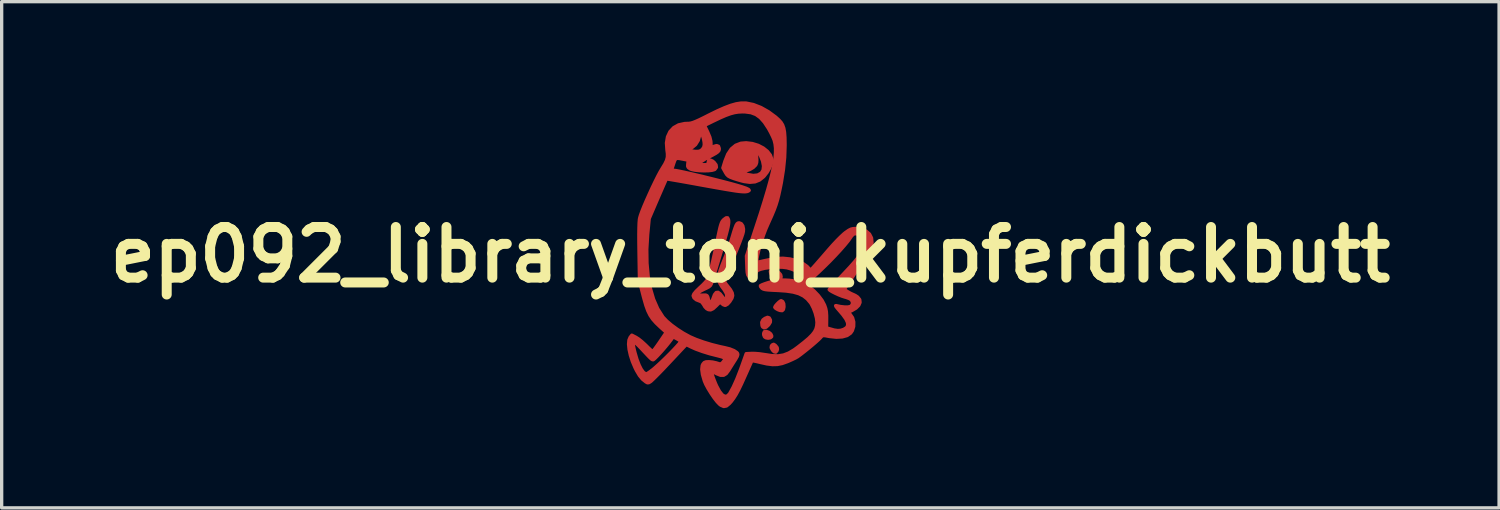
<source format=kicad_pcb>
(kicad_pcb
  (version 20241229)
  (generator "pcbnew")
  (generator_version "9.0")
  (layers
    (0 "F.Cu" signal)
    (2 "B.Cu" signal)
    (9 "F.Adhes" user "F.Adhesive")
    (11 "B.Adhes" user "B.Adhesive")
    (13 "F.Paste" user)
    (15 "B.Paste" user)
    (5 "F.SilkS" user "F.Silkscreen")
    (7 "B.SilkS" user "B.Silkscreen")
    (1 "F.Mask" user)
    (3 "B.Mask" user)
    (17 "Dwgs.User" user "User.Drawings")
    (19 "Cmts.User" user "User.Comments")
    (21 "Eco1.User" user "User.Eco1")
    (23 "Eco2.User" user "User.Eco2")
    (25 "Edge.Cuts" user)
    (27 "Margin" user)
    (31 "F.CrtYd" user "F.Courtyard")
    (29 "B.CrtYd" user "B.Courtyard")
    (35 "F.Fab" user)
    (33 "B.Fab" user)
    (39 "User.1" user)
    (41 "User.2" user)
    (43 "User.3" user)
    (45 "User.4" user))
  (footprint "ep092_library_toni_kupferdickbutt"
    (layer "F.Cu")
    (at 19.529 4.615)
    (property "Reference" "ep092_library_toni_kupferdickbutt" (at 0 0 0) (layer "F.SilkS") (effects (font (size 1.524 1.524) (thickness 0.3))))
    (attr through_hole)
    (fp_poly (pts (xy 0.815 2.843) (xy 0.801 2.89) (xy 0.765 2.931) (xy 0.715 2.922) (xy 0.665 2.872) (xy 0.626 2.798) (xy 0.633 2.742) (xy 0.661 2.711) (xy 0.7 2.695) (xy 0.744 2.72) (xy 0.76 2.736) (xy 0.807 2.793) (xy 0.815 2.843)) (stroke (width 0.1) (type solid)) (fill yes) (layer "F.Cu"))
    (fp_poly (pts (xy 0.604 1.965) (xy 0.602 2.029) (xy 0.555 2.106) (xy 0.549 2.113) (xy 0.476 2.18) (xy 0.413 2.199) (xy 0.367 2.171) (xy 0.351 2.133) (xy 0.342 2.033) (xy 0.378 1.96) (xy 0.438 1.915) (xy 0.516 1.883) (xy 0.569 1.9) (xy 0.604 1.965)) (stroke (width 0.1) (type solid)) (fill yes) (layer "F.Cu"))
    (fp_poly (pts (xy 0.642 2.438) (xy 0.64 2.467) (xy 0.601 2.5) (xy 0.535 2.511) (xy 0.466 2.499) (xy 0.425 2.471) (xy 0.401 2.412) (xy 0.4 2.365) (xy 0.42 2.317) (xy 0.472 2.307) (xy 0.48 2.308) (xy 0.554 2.333) (xy 0.614 2.382) (xy 0.642 2.438)) (stroke (width 0.1) (type solid)) (fill yes) (layer "F.Cu"))
    (fp_poly (pts (xy 1.011 1.569) (xy 1.011 1.571) (xy 0.994 1.65) (xy 0.957 1.683) (xy 0.888 1.676) (xy 0.826 1.652) (xy 0.765 1.617) (xy 0.734 1.584) (xy 0.734 1.58) (xy 0.753 1.54) (xy 0.8 1.484) (xy 0.857 1.428) (xy 0.907 1.39) (xy 0.926 1.383) (xy 0.974 1.408) (xy 1.005 1.475) (xy 1.011 1.569)) (stroke (width 0.1) (type solid)) (fill yes) (layer "F.Cu"))
    (fp_poly (pts (xy 0.649 -2.832) (xy 0.63 -2.729) (xy 0.579 -2.605) (xy 0.505 -2.478) (xy 0.418 -2.367) (xy 0.399 -2.347) (xy 0.396 -2.344) (xy 0.396 -2.669) (xy 0.367 -2.817) (xy 0.313 -2.953) (xy 0.255 -3.068) (xy 0.215 -3.131) (xy 0.19 -3.141) (xy 0.181 -3.097) (xy 0.184 -3.002) (xy 0.187 -2.966) (xy 0.195 -2.851) (xy 0.19 -2.774) (xy 0.171 -2.718) (xy 0.157 -2.694) (xy 0.088 -2.626) (xy -0.015 -2.565) (xy -0.128 -2.524) (xy -0.21 -2.512) (xy -0.264 -2.505) (xy -0.267 -2.487) (xy -0.222 -2.461) (xy -0.132 -2.429) (xy -0.084 -2.415) (xy 0.086 -2.385) (xy 0.222 -2.399) (xy 0.326 -2.457) (xy 0.329 -2.459) (xy 0.383 -2.548) (xy 0.396 -2.669) (xy 0.396 -2.344) (xy 0.275 -2.247) (xy 0.14 -2.193) (xy -0.017 -2.18) (xy -0.183 -2.202) (xy -0.269 -2.223) (xy -0.382 -2.256) (xy -0.492 -2.29) (xy -0.597 -2.329) (xy -0.664 -2.365) (xy -0.711 -2.41) (xy -0.753 -2.476) (xy -0.757 -2.484) (xy -0.828 -2.612) (xy -0.766 -2.814) (xy -0.683 -3.024) (xy -0.576 -3.184) (xy -0.443 -3.294) (xy -0.285 -3.355) (xy -0.127 -3.368) (xy 0.06 -3.346) (xy 0.235 -3.292) (xy 0.389 -3.212) (xy 0.515 -3.111) (xy 0.603 -2.997) (xy 0.646 -2.874) (xy 0.649 -2.832)) (stroke (width 0.1) (type solid)) (fill yes) (layer "F.Cu"))
    (fp_poly (pts (xy -0.206 -0.772) (xy -0.21 -0.698) (xy -0.229 -0.622) (xy -0.27 -0.502) (xy -0.329 -0.345) (xy -0.403 -0.159) (xy -0.49 0.051) (xy -0.586 0.276) (xy -0.651 0.423) (xy -0.714 0.567) (xy -0.755 0.671) (xy -0.774 0.746) (xy -0.773 0.802) (xy -0.751 0.853) (xy -0.711 0.907) (xy -0.689 0.934) (xy -0.597 1.053) (xy -0.546 1.149) (xy -0.532 1.229) (xy -0.553 1.305) (xy -0.556 1.312) (xy -0.619 1.412) (xy -0.687 1.487) (xy -0.749 1.522) (xy -0.763 1.524) (xy -0.817 1.504) (xy -0.859 1.47) (xy -0.888 1.442) (xy -0.915 1.438) (xy -0.952 1.464) (xy -1.012 1.524) (xy -1.028 1.54) (xy -1.119 1.623) (xy -1.195 1.66) (xy -1.265 1.652) (xy -1.316 1.624) (xy -1.37 1.568) (xy -1.41 1.499) (xy -1.465 1.424) (xy -1.519 1.398) (xy -1.628 1.356) (xy -1.698 1.297) (xy -1.722 1.233) (xy -1.7 1.178) (xy -1.635 1.098) (xy -1.524 0.991) (xy -1.524 0.991) (xy -1.431 0.904) (xy -1.352 0.821) (xy -1.298 0.756) (xy -1.285 0.736) (xy -1.255 0.659) (xy -1.216 0.53) (xy -1.171 0.355) (xy -1.12 0.138) (xy -1.064 -0.116) (xy -1.017 -0.339) (xy -0.975 -0.545) (xy -0.941 -0.703) (xy -0.914 -0.821) (xy -0.89 -0.906) (xy -0.868 -0.966) (xy -0.845 -1.008) (xy -0.82 -1.04) (xy -0.797 -1.062) (xy -0.729 -1.112) (xy -0.684 -1.111) (xy -0.658 -1.058) (xy -0.653 -1.028) (xy -0.651 -0.978) (xy -0.657 -0.915) (xy -0.671 -0.833) (xy -0.696 -0.726) (xy -0.732 -0.588) (xy -0.782 -0.413) (xy -0.847 -0.195) (xy -0.91 0.014) (xy -0.968 0.205) (xy -1.023 0.386) (xy -1.072 0.548) (xy -1.112 0.68) (xy -1.14 0.774) (xy -1.15 0.805) (xy -1.174 0.879) (xy -1.202 0.928) (xy -1.247 0.967) (xy -1.323 1.007) (xy -1.386 1.036) (xy -1.494 1.091) (xy -1.561 1.138) (xy -1.58 1.169) (xy -1.575 1.198) (xy -1.551 1.213) (xy -1.494 1.217) (xy -1.404 1.214) (xy -1.339 1.214) (xy -1.301 1.232) (xy -1.278 1.279) (xy -1.258 1.362) (xy -1.231 1.424) (xy -1.195 1.435) (xy -1.157 1.397) (xy -1.125 1.319) (xy -1.08 1.2) (xy -1.029 1.137) (xy -0.971 1.13) (xy -0.906 1.179) (xy -0.857 1.242) (xy -0.807 1.309) (xy -0.772 1.333) (xy -0.744 1.323) (xy -0.709 1.26) (xy -0.722 1.172) (xy -0.785 1.062) (xy -0.8 1.041) (xy -0.869 0.947) (xy -0.918 0.863) (xy -0.947 0.781) (xy -0.955 0.694) (xy -0.943 0.592) (xy -0.909 0.467) (xy -0.853 0.31) (xy -0.775 0.114) (xy -0.739 0.028) (xy -0.696 -0.085) (xy -0.644 -0.233) (xy -0.59 -0.395) (xy -0.546 -0.536) (xy -0.498 -0.697) (xy -0.46 -0.811) (xy -0.43 -0.887) (xy -0.403 -0.931) (xy -0.376 -0.953) (xy -0.344 -0.959) (xy -0.336 -0.96) (xy -0.271 -0.934) (xy -0.226 -0.867) (xy -0.206 -0.772)) (stroke (width 0.1) (type solid)) (fill yes) (layer "F.Cu"))
    (fp_poly (pts (xy 3.659 -0.368) (xy 3.658 -0.361) (xy 3.651 -0.308) (xy 3.641 -0.259) (xy 3.624 -0.207) (xy 3.596 -0.147) (xy 3.555 -0.071) (xy 3.496 0.027) (xy 3.415 0.152) (xy 3.415 0.153) (xy 3.415 -0.339) (xy 3.402 -0.461) (xy 3.357 -0.545) (xy 3.273 -0.603) (xy 3.259 -0.609) (xy 3.171 -0.634) (xy 3.105 -0.62) (xy 3.045 -0.559) (xy 3.015 -0.515) (xy 2.944 -0.414) (xy 2.837 -0.284) (xy 2.704 -0.132) (xy 2.551 0.033) (xy 2.386 0.204) (xy 2.216 0.372) (xy 2.05 0.531) (xy 1.895 0.672) (xy 1.759 0.787) (xy 1.729 0.811) (xy 1.637 0.881) (xy 1.763 0.965) (xy 1.908 1.08) (xy 2.045 1.223) (xy 2.16 1.376) (xy 2.234 1.517) (xy 2.268 1.616) (xy 2.287 1.713) (xy 2.295 1.831) (xy 2.295 1.939) (xy 2.292 2.199) (xy 2.381 2.226) (xy 2.523 2.266) (xy 2.63 2.281) (xy 2.721 2.274) (xy 2.808 2.246) (xy 2.89 2.195) (xy 2.929 2.129) (xy 2.924 2.044) (xy 2.875 1.936) (xy 2.779 1.803) (xy 2.687 1.695) (xy 2.612 1.608) (xy 2.573 1.556) (xy 2.565 1.533) (xy 2.587 1.531) (xy 2.597 1.534) (xy 2.714 1.559) (xy 2.834 1.572) (xy 2.94 1.572) (xy 3.012 1.556) (xy 3.015 1.555) (xy 3.065 1.501) (xy 3.073 1.429) (xy 3.038 1.36) (xy 3.027 1.349) (xy 2.971 1.317) (xy 2.885 1.285) (xy 2.836 1.272) (xy 2.755 1.246) (xy 2.657 1.207) (xy 2.556 1.161) (xy 2.465 1.115) (xy 2.399 1.076) (xy 2.371 1.049) (xy 2.371 1.047) (xy 2.389 1.023) (xy 2.442 0.964) (xy 2.522 0.875) (xy 2.625 0.765) (xy 2.745 0.637) (xy 2.815 0.563) (xy 2.996 0.369) (xy 3.138 0.208) (xy 3.246 0.072) (xy 3.324 -0.043) (xy 3.376 -0.144) (xy 3.405 -0.236) (xy 3.415 -0.326) (xy 3.415 -0.339) (xy 3.415 0.153) (xy 3.311 0.313) (xy 3.19 0.495) (xy 2.826 1.046) (xy 2.93 1.112) (xy 3.01 1.158) (xy 3.081 1.191) (xy 3.095 1.196) (xy 3.162 1.228) (xy 3.229 1.273) (xy 3.291 1.349) (xy 3.301 1.435) (xy 3.263 1.523) (xy 3.179 1.607) (xy 3.053 1.681) (xy 3.046 1.684) (xy 2.937 1.731) (xy 3.005 1.794) (xy 3.076 1.896) (xy 3.111 2.023) (xy 3.109 2.158) (xy 3.069 2.284) (xy 3.017 2.359) (xy 2.913 2.431) (xy 2.767 2.472) (xy 2.587 2.482) (xy 2.378 2.46) (xy 2.334 2.452) (xy 2.244 2.435) (xy 2.189 2.434) (xy 2.151 2.453) (xy 2.111 2.497) (xy 2.105 2.504) (xy 2.055 2.554) (xy 2.004 2.6) (xy 2.004 2.028) (xy 1.989 1.905) (xy 1.951 1.757) (xy 1.896 1.609) (xy 1.832 1.483) (xy 1.809 1.448) (xy 1.71 1.331) (xy 1.595 1.24) (xy 1.457 1.172) (xy 1.288 1.124) (xy 1.079 1.093) (xy 0.824 1.075) (xy 0.814 1.075) (xy 0.648 1.067) (xy 0.529 1.059) (xy 0.447 1.049) (xy 0.393 1.035) (xy 0.356 1.016) (xy 0.341 1.004) (xy 0.305 0.959) (xy 0.303 0.93) (xy 0.348 0.906) (xy 0.43 0.874) (xy 0.531 0.841) (xy 0.632 0.812) (xy 0.717 0.793) (xy 0.755 0.788) (xy 0.807 0.786) (xy 0.805 0.777) (xy 0.771 0.762) (xy 0.695 0.705) (xy 0.633 0.609) (xy 0.608 0.543) (xy 0.601 0.501) (xy 0.625 0.483) (xy 0.686 0.48) (xy 0.783 0.497) (xy 0.861 0.541) (xy 0.912 0.601) (xy 0.927 0.667) (xy 0.897 0.728) (xy 0.891 0.747) (xy 0.922 0.758) (xy 1 0.762) (xy 1.04 0.762) (xy 1.161 0.768) (xy 1.281 0.782) (xy 1.345 0.794) (xy 1.425 0.812) (xy 1.476 0.807) (xy 1.523 0.775) (xy 1.561 0.738) (xy 1.614 0.683) (xy 1.631 0.65) (xy 1.615 0.625) (xy 1.594 0.608) (xy 1.494 0.545) (xy 1.362 0.482) (xy 1.221 0.427) (xy 1.098 0.392) (xy 0.962 0.375) (xy 0.792 0.373) (xy 0.612 0.383) (xy 0.444 0.405) (xy 0.321 0.434) (xy 0.235 0.465) (xy 0.188 0.497) (xy 0.165 0.543) (xy 0.157 0.579) (xy 0.138 0.646) (xy 0.104 0.673) (xy 0.062 0.677) (xy -0.005 0.672) (xy -0.05 0.652) (xy -0.079 0.609) (xy -0.096 0.532) (xy -0.105 0.412) (xy -0.108 0.33) (xy -0.118 0.037) (xy 0.165 -0.821) (xy 0.304 -1.246) (xy 0.422 -1.623) (xy 0.521 -1.954) (xy 0.602 -2.245) (xy 0.665 -2.497) (xy 0.711 -2.717) (xy 0.742 -2.906) (xy 0.756 -3.069) (xy 0.757 -3.21) (xy 0.743 -3.332) (xy 0.717 -3.44) (xy 0.711 -3.457) (xy 0.671 -3.553) (xy 0.613 -3.671) (xy 0.549 -3.788) (xy 0.545 -3.796) (xy 0.421 -3.985) (xy 0.297 -4.124) (xy 0.166 -4.219) (xy 0.017 -4.275) (xy -0.157 -4.298) (xy -0.24 -4.3) (xy -0.36 -4.294) (xy -0.477 -4.276) (xy -0.6 -4.243) (xy -0.741 -4.192) (xy -0.909 -4.119) (xy -1.116 -4.02) (xy -1.117 -4.02) (xy -1.379 -3.891) (xy -1.282 -3.689) (xy -1.219 -3.539) (xy -1.189 -3.415) (xy -1.185 -3.351) (xy -1.185 -3.216) (xy -1.099 -3.261) (xy -1.015 -3.285) (xy -0.959 -3.263) (xy -0.936 -3.199) (xy -0.937 -3.165) (xy -0.949 -3.129) (xy -0.981 -3.093) (xy -1.042 -3.05) (xy -1.141 -2.995) (xy -1.227 -2.95) (xy -1.378 -2.869) (xy -1.387 -2.862) (xy -1.387 -3.317) (xy -1.392 -3.391) (xy -1.414 -3.5) (xy -1.447 -3.608) (xy -1.456 -3.63) (xy -1.505 -3.739) (xy -1.525 -3.591) (xy -1.568 -3.439) (xy -1.647 -3.313) (xy -1.752 -3.226) (xy -1.777 -3.213) (xy -1.845 -3.176) (xy -1.856 -3.149) (xy -1.813 -3.13) (xy -1.785 -3.125) (xy -1.65 -3.109) (xy -1.556 -3.111) (xy -1.491 -3.134) (xy -1.441 -3.178) (xy -1.438 -3.182) (xy -1.399 -3.246) (xy -1.387 -3.317) (xy -1.387 -2.862) (xy -1.474 -2.805) (xy -1.519 -2.758) (xy -1.511 -2.727) (xy -1.451 -2.711) (xy -1.399 -2.709) (xy -1.32 -2.712) (xy -1.282 -2.726) (xy -1.271 -2.759) (xy -1.27 -2.78) (xy -1.253 -2.836) (xy -1.206 -2.849) (xy -1.139 -2.82) (xy -1.091 -2.781) (xy -1.031 -2.703) (xy -1.022 -2.631) (xy -1.064 -2.572) (xy -1.079 -2.562) (xy -1.151 -2.541) (xy -1.261 -2.528) (xy -1.394 -2.525) (xy -1.533 -2.53) (xy -1.661 -2.543) (xy -1.762 -2.564) (xy -1.803 -2.579) (xy -1.864 -2.618) (xy -1.887 -2.66) (xy -1.884 -2.73) (xy -1.883 -2.737) (xy -1.869 -2.844) (xy -2.026 -2.875) (xy -2.136 -2.896) (xy -2.206 -2.901) (xy -2.247 -2.882) (xy -2.275 -2.835) (xy -2.302 -2.759) (xy -2.331 -2.67) (xy -2.355 -2.6) (xy -2.364 -2.575) (xy -2.351 -2.548) (xy -2.298 -2.54) (xy -2.239 -2.533) (xy -2.134 -2.513) (xy -1.989 -2.483) (xy -1.814 -2.444) (xy -1.617 -2.398) (xy -1.404 -2.347) (xy -1.184 -2.293) (xy -0.966 -2.238) (xy -0.756 -2.184) (xy -0.563 -2.133) (xy -0.395 -2.086) (xy -0.26 -2.046) (xy -0.247 -2.042) (xy -0.123 -1.999) (xy -0.052 -1.964) (xy -0.034 -1.936) (xy -0.065 -1.913) (xy -0.1 -1.902) (xy -0.138 -1.896) (xy -0.186 -1.894) (xy -0.251 -1.897) (xy -0.338 -1.905) (xy -0.451 -1.92) (xy -0.596 -1.943) (xy -0.777 -1.973) (xy -1 -2.012) (xy -1.269 -2.06) (xy -1.518 -2.105) (xy -1.748 -2.147) (xy -1.959 -2.185) (xy -2.147 -2.218) (xy -2.303 -2.245) (xy -2.423 -2.265) (xy -2.499 -2.277) (xy -2.526 -2.28) (xy -2.539 -2.253) (xy -2.57 -2.181) (xy -2.618 -2.073) (xy -2.678 -1.934) (xy -2.748 -1.774) (xy -2.789 -1.679) (xy -3.044 -1.087) (xy -3.09 -0.609) (xy -3.117 -0.165) (xy -3.111 0.256) (xy -3.075 0.649) (xy -3.008 1.012) (xy -2.912 1.338) (xy -2.787 1.624) (xy -2.634 1.865) (xy -2.618 1.886) (xy -2.514 1.995) (xy -2.371 2.117) (xy -2.201 2.241) (xy -2.017 2.359) (xy -1.831 2.461) (xy -1.823 2.466) (xy -1.636 2.547) (xy -1.411 2.628) (xy -1.164 2.703) (xy -0.913 2.766) (xy -0.776 2.795) (xy -0.619 2.834) (xy -0.492 2.885) (xy -0.408 2.941) (xy -0.385 2.968) (xy -0.377 3.005) (xy -0.394 3.061) (xy -0.441 3.145) (xy -0.463 3.179) (xy -0.533 3.289) (xy -0.605 3.404) (xy -0.65 3.478) (xy -0.726 3.579) (xy -0.805 3.628) (xy -0.896 3.628) (xy -1.012 3.582) (xy -1.09 3.542) (xy -1.146 3.514) (xy -1.162 3.506) (xy -1.168 3.522) (xy -1.156 3.578) (xy -1.129 3.664) (xy -1.091 3.767) (xy -1.047 3.877) (xy -1.014 3.951) (xy -0.928 4.11) (xy -0.847 4.214) (xy -0.77 4.261) (xy -0.698 4.252) (xy -0.631 4.188) (xy -0.62 4.17) (xy -0.517 3.983) (xy -0.409 3.743) (xy -0.295 3.451) (xy -0.258 3.348) (xy -0.126 2.977) (xy 0.037 2.969) (xy 0.146 2.97) (xy 0.283 2.982) (xy 0.42 3.002) (xy 0.434 3.004) (xy 0.653 3.037) (xy 0.837 3.043) (xy 0.998 3.017) (xy 1.152 2.958) (xy 1.315 2.861) (xy 1.434 2.774) (xy 1.615 2.632) (xy 1.755 2.514) (xy 1.857 2.412) (xy 1.928 2.321) (xy 1.973 2.232) (xy 1.996 2.141) (xy 2.004 2.038) (xy 2.004 2.028) (xy 2.004 2.6) (xy 1.972 2.629) (xy 1.865 2.721) (xy 1.747 2.819) (xy 1.627 2.915) (xy 1.518 3) (xy 1.429 3.065) (xy 1.425 3.068) (xy 1.359 3.106) (xy 1.259 3.154) (xy 1.144 3.205) (xy 1.115 3.217) (xy 0.957 3.273) (xy 0.813 3.302) (xy 0.665 3.306) (xy 0.497 3.285) (xy 0.317 3.245) (xy 0.204 3.218) (xy 0.114 3.199) (xy 0.058 3.191) (xy 0.047 3.192) (xy 0.033 3.22) (xy 0.001 3.292) (xy -0.047 3.398) (xy -0.106 3.531) (xy -0.167 3.667) (xy -0.266 3.887) (xy -0.351 4.063) (xy -0.427 4.203) (xy -0.499 4.317) (xy -0.571 4.413) (xy -0.631 4.48) (xy -0.718 4.551) (xy -0.801 4.567) (xy -0.89 4.529) (xy -0.927 4.501) (xy -1.001 4.424) (xy -1.09 4.31) (xy -1.182 4.175) (xy -1.269 4.034) (xy -1.341 3.901) (xy -1.385 3.798) (xy -1.441 3.606) (xy -1.462 3.449) (xy -1.449 3.332) (xy -1.428 3.289) (xy -1.389 3.244) (xy -1.336 3.223) (xy -1.248 3.219) (xy -1.248 3.219) (xy -1.137 3.229) (xy -1.027 3.253) (xy -1.002 3.261) (xy -0.929 3.284) (xy -0.885 3.283) (xy -0.847 3.254) (xy -0.826 3.23) (xy -0.782 3.171) (xy -0.762 3.126) (xy -0.762 3.124) (xy -0.788 3.102) (xy -0.859 3.074) (xy -0.963 3.046) (xy -0.995 3.038) (xy -1.22 2.981) (xy -1.443 2.912) (xy -1.646 2.838) (xy -1.789 2.774) (xy -1.927 2.704) (xy -2.004 2.784) (xy -2.046 2.829) (xy -2.098 2.884) (xy -2.098 2.605) (xy -2.13 2.578) (xy -2.193 2.54) (xy -2.216 2.527) (xy -2.32 2.471) (xy -2.381 2.555) (xy -2.454 2.651) (xy -2.542 2.759) (xy -2.636 2.869) (xy -2.729 2.972) (xy -2.812 3.061) (xy -2.878 3.126) (xy -2.919 3.159) (xy -2.925 3.161) (xy -2.944 3.159) (xy -2.966 3.149) (xy -2.996 3.124) (xy -3.042 3.08) (xy -3.11 3.009) (xy -3.206 2.907) (xy -3.279 2.828) (xy -3.386 2.717) (xy -3.461 2.65) (xy -3.506 2.63) (xy -3.525 2.657) (xy -3.52 2.734) (xy -3.493 2.862) (xy -3.471 2.949) (xy -3.413 3.147) (xy -3.349 3.315) (xy -3.282 3.448) (xy -3.215 3.539) (xy -3.151 3.582) (xy -3.133 3.584) (xy -3.092 3.567) (xy -3.021 3.519) (xy -2.931 3.451) (xy -2.876 3.404) (xy -2.773 3.312) (xy -2.658 3.205) (xy -2.538 3.089) (xy -2.421 2.972) (xy -2.312 2.86) (xy -2.219 2.76) (xy -2.148 2.68) (xy -2.106 2.625) (xy -2.098 2.605) (xy -2.098 2.884) (xy -2.119 2.907) (xy -2.217 3.011) (xy -2.333 3.135) (xy -2.459 3.269) (xy -2.498 3.31) (xy -2.626 3.446) (xy -2.746 3.57) (xy -2.851 3.676) (xy -2.934 3.757) (xy -2.987 3.806) (xy -2.997 3.814) (xy -3.055 3.85) (xy -3.097 3.854) (xy -3.146 3.827) (xy -3.248 3.745) (xy -3.339 3.635) (xy -3.428 3.485) (xy -3.47 3.401) (xy -3.551 3.211) (xy -3.611 3.023) (xy -3.65 2.847) (xy -3.665 2.692) (xy -3.654 2.568) (xy -3.618 2.483) (xy -3.567 2.42) (xy -3.442 2.484) (xy -3.362 2.535) (xy -3.264 2.613) (xy -3.164 2.704) (xy -3.14 2.727) (xy -3.059 2.807) (xy -2.993 2.869) (xy -2.95 2.903) (xy -2.942 2.907) (xy -2.919 2.885) (xy -2.871 2.825) (xy -2.806 2.736) (xy -2.73 2.627) (xy -2.727 2.622) (xy -2.533 2.336) (xy -2.717 2.171) (xy -2.842 2.051) (xy -2.941 1.939) (xy -3.02 1.822) (xy -3.086 1.688) (xy -3.145 1.525) (xy -3.203 1.322) (xy -3.223 1.248) (xy -3.337 0.804) (xy -3.351 -0.065) (xy -3.355 -0.364) (xy -3.356 -0.61) (xy -3.353 -0.806) (xy -3.348 -0.955) (xy -3.339 -1.061) (xy -3.332 -1.102) (xy -3.308 -1.186) (xy -3.263 -1.31) (xy -3.201 -1.464) (xy -3.126 -1.64) (xy -3.042 -1.827) (xy -2.956 -2.016) (xy -2.869 -2.197) (xy -2.788 -2.36) (xy -2.716 -2.495) (xy -2.659 -2.591) (xy -2.575 -2.729) (xy -2.522 -2.839) (xy -2.497 -2.937) (xy -2.496 -3.04) (xy -2.51 -3.149) (xy -2.525 -3.362) (xy -2.494 -3.548) (xy -2.421 -3.704) (xy -2.308 -3.825) (xy -2.159 -3.908) (xy -1.977 -3.948) (xy -1.905 -3.951) (xy -1.846 -3.953) (xy -1.788 -3.962) (xy -1.723 -3.981) (xy -1.642 -4.013) (xy -1.535 -4.061) (xy -1.394 -4.13) (xy -1.248 -4.204) (xy -0.991 -4.33) (xy -0.773 -4.426) (xy -0.588 -4.496) (xy -0.429 -4.541) (xy -0.288 -4.563) (xy -0.158 -4.565) (xy -0.123 -4.563) (xy 0.091 -4.519) (xy 0.318 -4.431) (xy 0.545 -4.303) (xy 0.761 -4.144) (xy 0.86 -4.054) (xy 0.924 -3.983) (xy 0.972 -3.904) (xy 1.006 -3.808) (xy 1.028 -3.687) (xy 1.04 -3.53) (xy 1.044 -3.328) (xy 1.044 -3.278) (xy 1.032 -2.926) (xy 0.995 -2.56) (xy 0.932 -2.166) (xy 0.888 -1.95) (xy 0.851 -1.782) (xy 0.814 -1.637) (xy 0.772 -1.501) (xy 0.721 -1.36) (xy 0.655 -1.201) (xy 0.571 -1.012) (xy 0.522 -0.903) (xy 0.46 -0.76) (xy 0.4 -0.601) (xy 0.343 -0.436) (xy 0.293 -0.272) (xy 0.25 -0.119) (xy 0.218 0.016) (xy 0.199 0.124) (xy 0.195 0.197) (xy 0.208 0.226) (xy 0.21 0.226) (xy 0.242 0.22) (xy 0.313 0.204) (xy 0.405 0.183) (xy 0.538 0.155) (xy 0.684 0.129) (xy 0.767 0.116) (xy 0.978 0.105) (xy 1.191 0.127) (xy 1.392 0.177) (xy 1.568 0.253) (xy 1.706 0.351) (xy 1.727 0.373) (xy 1.813 0.465) (xy 1.927 0.338) (xy 1.984 0.274) (xy 2.068 0.177) (xy 2.172 0.058) (xy 2.285 -0.073) (xy 2.365 -0.165) (xy 2.484 -0.3) (xy 2.605 -0.429) (xy 2.718 -0.542) (xy 2.812 -0.629) (xy 2.858 -0.666) (xy 2.953 -0.733) (xy 3.025 -0.77) (xy 3.093 -0.786) (xy 3.171 -0.79) (xy 3.343 -0.769) (xy 3.483 -0.712) (xy 3.586 -0.622) (xy 3.646 -0.506) (xy 3.659 -0.368)) (stroke (width 0.1) (type solid)) (fill yes) (layer "F.Cu"))
    (fp_poly (pts (xy 0.815 2.843) (xy 0.801 2.89) (xy 0.765 2.931) (xy 0.715 2.922) (xy 0.665 2.872) (xy 0.626 2.798) (xy 0.633 2.742) (xy 0.661 2.711) (xy 0.7 2.695) (xy 0.744 2.72) (xy 0.76 2.736) (xy 0.807 2.793) (xy 0.815 2.843)) (stroke (width 0.1) (type solid)) (fill yes) (layer "F.Mask"))
    (fp_poly (pts (xy 0.604 1.965) (xy 0.602 2.029) (xy 0.555 2.106) (xy 0.549 2.113) (xy 0.476 2.18) (xy 0.413 2.199) (xy 0.367 2.171) (xy 0.351 2.133) (xy 0.342 2.033) (xy 0.378 1.96) (xy 0.438 1.915) (xy 0.516 1.883) (xy 0.569 1.9) (xy 0.604 1.965)) (stroke (width 0.1) (type solid)) (fill yes) (layer "F.Mask"))
    (fp_poly (pts (xy 0.642 2.438) (xy 0.64 2.467) (xy 0.601 2.5) (xy 0.535 2.511) (xy 0.466 2.499) (xy 0.425 2.471) (xy 0.401 2.412) (xy 0.4 2.365) (xy 0.42 2.317) (xy 0.472 2.307) (xy 0.48 2.308) (xy 0.554 2.333) (xy 0.614 2.382) (xy 0.642 2.438)) (stroke (width 0.1) (type solid)) (fill yes) (layer "F.Mask"))
    (fp_poly (pts (xy 1.011 1.569) (xy 1.011 1.571) (xy 0.994 1.65) (xy 0.957 1.683) (xy 0.888 1.676) (xy 0.826 1.652) (xy 0.765 1.617) (xy 0.734 1.584) (xy 0.734 1.58) (xy 0.753 1.54) (xy 0.8 1.484) (xy 0.857 1.428) (xy 0.907 1.39) (xy 0.926 1.383) (xy 0.974 1.408) (xy 1.005 1.475) (xy 1.011 1.569)) (stroke (width 0.1) (type solid)) (fill yes) (layer "F.Mask"))
    (fp_poly (pts (xy 0.649 -2.832) (xy 0.63 -2.729) (xy 0.579 -2.605) (xy 0.505 -2.478) (xy 0.418 -2.367) (xy 0.399 -2.347) (xy 0.396 -2.344) (xy 0.396 -2.669) (xy 0.367 -2.817) (xy 0.313 -2.953) (xy 0.255 -3.068) (xy 0.215 -3.131) (xy 0.19 -3.141) (xy 0.181 -3.097) (xy 0.184 -3.002) (xy 0.187 -2.966) (xy 0.195 -2.851) (xy 0.19 -2.774) (xy 0.171 -2.718) (xy 0.157 -2.694) (xy 0.088 -2.626) (xy -0.015 -2.565) (xy -0.128 -2.524) (xy -0.21 -2.512) (xy -0.264 -2.505) (xy -0.267 -2.487) (xy -0.222 -2.461) (xy -0.132 -2.429) (xy -0.084 -2.415) (xy 0.086 -2.385) (xy 0.222 -2.399) (xy 0.326 -2.457) (xy 0.329 -2.459) (xy 0.383 -2.548) (xy 0.396 -2.669) (xy 0.396 -2.344) (xy 0.275 -2.247) (xy 0.14 -2.193) (xy -0.017 -2.18) (xy -0.183 -2.202) (xy -0.269 -2.223) (xy -0.382 -2.256) (xy -0.492 -2.29) (xy -0.597 -2.329) (xy -0.664 -2.365) (xy -0.711 -2.41) (xy -0.753 -2.476) (xy -0.757 -2.484) (xy -0.828 -2.612) (xy -0.766 -2.814) (xy -0.683 -3.024) (xy -0.576 -3.184) (xy -0.443 -3.294) (xy -0.285 -3.355) (xy -0.127 -3.368) (xy 0.06 -3.346) (xy 0.235 -3.292) (xy 0.389 -3.212) (xy 0.515 -3.111) (xy 0.603 -2.997) (xy 0.646 -2.874) (xy 0.649 -2.832)) (stroke (width 0.1) (type solid)) (fill yes) (layer "F.Mask"))
    (fp_poly (pts (xy -0.206 -0.772) (xy -0.21 -0.698) (xy -0.229 -0.622) (xy -0.27 -0.502) (xy -0.329 -0.345) (xy -0.403 -0.159) (xy -0.49 0.051) (xy -0.586 0.276) (xy -0.651 0.423) (xy -0.714 0.567) (xy -0.755 0.671) (xy -0.774 0.746) (xy -0.773 0.802) (xy -0.751 0.853) (xy -0.711 0.907) (xy -0.689 0.934) (xy -0.597 1.053) (xy -0.546 1.149) (xy -0.532 1.229) (xy -0.553 1.305) (xy -0.556 1.312) (xy -0.619 1.412) (xy -0.687 1.487) (xy -0.749 1.522) (xy -0.763 1.524) (xy -0.817 1.504) (xy -0.859 1.47) (xy -0.888 1.442) (xy -0.915 1.438) (xy -0.952 1.464) (xy -1.012 1.524) (xy -1.028 1.54) (xy -1.119 1.623) (xy -1.195 1.66) (xy -1.265 1.652) (xy -1.316 1.624) (xy -1.37 1.568) (xy -1.41 1.499) (xy -1.465 1.424) (xy -1.519 1.398) (xy -1.628 1.356) (xy -1.698 1.297) (xy -1.722 1.233) (xy -1.7 1.178) (xy -1.635 1.098) (xy -1.524 0.991) (xy -1.524 0.991) (xy -1.431 0.904) (xy -1.352 0.821) (xy -1.298 0.756) (xy -1.285 0.736) (xy -1.255 0.659) (xy -1.216 0.53) (xy -1.171 0.355) (xy -1.12 0.138) (xy -1.064 -0.116) (xy -1.017 -0.339) (xy -0.975 -0.545) (xy -0.941 -0.703) (xy -0.914 -0.821) (xy -0.89 -0.906) (xy -0.868 -0.966) (xy -0.845 -1.008) (xy -0.82 -1.04) (xy -0.797 -1.062) (xy -0.729 -1.112) (xy -0.684 -1.111) (xy -0.658 -1.058) (xy -0.653 -1.028) (xy -0.651 -0.978) (xy -0.657 -0.915) (xy -0.671 -0.833) (xy -0.696 -0.726) (xy -0.732 -0.588) (xy -0.782 -0.413) (xy -0.847 -0.195) (xy -0.91 0.014) (xy -0.968 0.205) (xy -1.023 0.386) (xy -1.072 0.548) (xy -1.112 0.68) (xy -1.14 0.774) (xy -1.15 0.805) (xy -1.174 0.879) (xy -1.202 0.928) (xy -1.247 0.967) (xy -1.323 1.007) (xy -1.386 1.036) (xy -1.494 1.091) (xy -1.561 1.138) (xy -1.58 1.169) (xy -1.575 1.198) (xy -1.551 1.213) (xy -1.494 1.217) (xy -1.404 1.214) (xy -1.339 1.214) (xy -1.301 1.232) (xy -1.278 1.279) (xy -1.258 1.362) (xy -1.231 1.424) (xy -1.195 1.435) (xy -1.157 1.397) (xy -1.125 1.319) (xy -1.08 1.2) (xy -1.029 1.137) (xy -0.971 1.13) (xy -0.906 1.179) (xy -0.857 1.242) (xy -0.807 1.309) (xy -0.772 1.333) (xy -0.744 1.323) (xy -0.709 1.26) (xy -0.722 1.172) (xy -0.785 1.062) (xy -0.8 1.041) (xy -0.869 0.947) (xy -0.918 0.863) (xy -0.947 0.781) (xy -0.955 0.694) (xy -0.943 0.592) (xy -0.909 0.467) (xy -0.853 0.31) (xy -0.775 0.114) (xy -0.739 0.028) (xy -0.696 -0.085) (xy -0.644 -0.233) (xy -0.59 -0.395) (xy -0.546 -0.536) (xy -0.498 -0.697) (xy -0.46 -0.811) (xy -0.43 -0.887) (xy -0.403 -0.931) (xy -0.376 -0.953) (xy -0.344 -0.959) (xy -0.336 -0.96) (xy -0.271 -0.934) (xy -0.226 -0.867) (xy -0.206 -0.772)) (stroke (width 0.1) (type solid)) (fill yes) (layer "F.Mask"))
    (fp_poly (pts (xy 3.659 -0.368) (xy 3.658 -0.361) (xy 3.651 -0.308) (xy 3.641 -0.259) (xy 3.624 -0.207) (xy 3.596 -0.147) (xy 3.555 -0.071) (xy 3.496 0.027) (xy 3.415 0.152) (xy 3.415 0.153) (xy 3.415 -0.339) (xy 3.402 -0.461) (xy 3.357 -0.545) (xy 3.273 -0.603) (xy 3.259 -0.609) (xy 3.171 -0.634) (xy 3.105 -0.62) (xy 3.045 -0.559) (xy 3.015 -0.515) (xy 2.944 -0.414) (xy 2.837 -0.284) (xy 2.704 -0.132) (xy 2.551 0.033) (xy 2.386 0.204) (xy 2.216 0.372) (xy 2.05 0.531) (xy 1.895 0.672) (xy 1.759 0.787) (xy 1.729 0.811) (xy 1.637 0.881) (xy 1.763 0.965) (xy 1.908 1.08) (xy 2.045 1.223) (xy 2.16 1.376) (xy 2.234 1.517) (xy 2.268 1.616) (xy 2.287 1.713) (xy 2.295 1.831) (xy 2.295 1.939) (xy 2.292 2.199) (xy 2.381 2.226) (xy 2.523 2.266) (xy 2.63 2.281) (xy 2.721 2.274) (xy 2.808 2.246) (xy 2.89 2.195) (xy 2.929 2.129) (xy 2.924 2.044) (xy 2.875 1.936) (xy 2.779 1.803) (xy 2.687 1.695) (xy 2.612 1.608) (xy 2.573 1.556) (xy 2.565 1.533) (xy 2.587 1.531) (xy 2.597 1.534) (xy 2.714 1.559) (xy 2.834 1.572) (xy 2.94 1.572) (xy 3.012 1.556) (xy 3.015 1.555) (xy 3.065 1.501) (xy 3.073 1.429) (xy 3.038 1.36) (xy 3.027 1.349) (xy 2.971 1.317) (xy 2.885 1.285) (xy 2.836 1.272) (xy 2.755 1.246) (xy 2.657 1.207) (xy 2.556 1.161) (xy 2.465 1.115) (xy 2.399 1.076) (xy 2.371 1.049) (xy 2.371 1.047) (xy 2.389 1.023) (xy 2.442 0.964) (xy 2.522 0.875) (xy 2.625 0.765) (xy 2.745 0.637) (xy 2.815 0.563) (xy 2.996 0.369) (xy 3.138 0.208) (xy 3.246 0.072) (xy 3.324 -0.043) (xy 3.376 -0.144) (xy 3.405 -0.236) (xy 3.415 -0.326) (xy 3.415 -0.339) (xy 3.415 0.153) (xy 3.311 0.313) (xy 3.19 0.495) (xy 2.826 1.046) (xy 2.93 1.112) (xy 3.01 1.158) (xy 3.081 1.191) (xy 3.095 1.196) (xy 3.162 1.228) (xy 3.229 1.273) (xy 3.291 1.349) (xy 3.301 1.435) (xy 3.263 1.523) (xy 3.179 1.607) (xy 3.053 1.681) (xy 3.046 1.684) (xy 2.937 1.731) (xy 3.005 1.794) (xy 3.076 1.896) (xy 3.111 2.023) (xy 3.109 2.158) (xy 3.069 2.284) (xy 3.017 2.359) (xy 2.913 2.431) (xy 2.767 2.472) (xy 2.587 2.482) (xy 2.378 2.46) (xy 2.334 2.452) (xy 2.244 2.435) (xy 2.189 2.434) (xy 2.151 2.453) (xy 2.111 2.497) (xy 2.105 2.504) (xy 2.055 2.554) (xy 2.004 2.6) (xy 2.004 2.028) (xy 1.989 1.905) (xy 1.951 1.757) (xy 1.896 1.609) (xy 1.832 1.483) (xy 1.809 1.448) (xy 1.71 1.331) (xy 1.595 1.24) (xy 1.457 1.172) (xy 1.288 1.124) (xy 1.079 1.093) (xy 0.824 1.075) (xy 0.814 1.075) (xy 0.648 1.067) (xy 0.529 1.059) (xy 0.447 1.049) (xy 0.393 1.035) (xy 0.356 1.016) (xy 0.341 1.004) (xy 0.305 0.959) (xy 0.303 0.93) (xy 0.348 0.906) (xy 0.43 0.874) (xy 0.531 0.841) (xy 0.632 0.812) (xy 0.717 0.793) (xy 0.755 0.788) (xy 0.807 0.786) (xy 0.805 0.777) (xy 0.771 0.762) (xy 0.695 0.705) (xy 0.633 0.609) (xy 0.608 0.543) (xy 0.601 0.501) (xy 0.625 0.483) (xy 0.686 0.48) (xy 0.783 0.497) (xy 0.861 0.541) (xy 0.912 0.601) (xy 0.927 0.667) (xy 0.897 0.728) (xy 0.891 0.747) (xy 0.922 0.758) (xy 1 0.762) (xy 1.04 0.762) (xy 1.161 0.768) (xy 1.281 0.782) (xy 1.345 0.794) (xy 1.425 0.812) (xy 1.476 0.807) (xy 1.523 0.775) (xy 1.561 0.738) (xy 1.614 0.683) (xy 1.631 0.65) (xy 1.615 0.625) (xy 1.594 0.608) (xy 1.494 0.545) (xy 1.362 0.482) (xy 1.221 0.427) (xy 1.098 0.392) (xy 0.962 0.375) (xy 0.792 0.373) (xy 0.612 0.383) (xy 0.444 0.405) (xy 0.321 0.434) (xy 0.235 0.465) (xy 0.188 0.497) (xy 0.165 0.543) (xy 0.157 0.579) (xy 0.138 0.646) (xy 0.104 0.673) (xy 0.062 0.677) (xy -0.005 0.672) (xy -0.05 0.652) (xy -0.079 0.609) (xy -0.096 0.532) (xy -0.105 0.412) (xy -0.108 0.33) (xy -0.118 0.037) (xy 0.165 -0.821) (xy 0.304 -1.246) (xy 0.422 -1.623) (xy 0.521 -1.954) (xy 0.602 -2.245) (xy 0.665 -2.497) (xy 0.711 -2.717) (xy 0.742 -2.906) (xy 0.756 -3.069) (xy 0.757 -3.21) (xy 0.743 -3.332) (xy 0.717 -3.44) (xy 0.711 -3.457) (xy 0.671 -3.553) (xy 0.613 -3.671) (xy 0.549 -3.788) (xy 0.545 -3.796) (xy 0.421 -3.985) (xy 0.297 -4.124) (xy 0.166 -4.219) (xy 0.017 -4.275) (xy -0.157 -4.298) (xy -0.24 -4.3) (xy -0.36 -4.294) (xy -0.477 -4.276) (xy -0.6 -4.243) (xy -0.741 -4.192) (xy -0.909 -4.119) (xy -1.116 -4.02) (xy -1.117 -4.02) (xy -1.379 -3.891) (xy -1.282 -3.689) (xy -1.219 -3.539) (xy -1.189 -3.415) (xy -1.185 -3.351) (xy -1.185 -3.216) (xy -1.099 -3.261) (xy -1.015 -3.285) (xy -0.959 -3.263) (xy -0.936 -3.199) (xy -0.937 -3.165) (xy -0.949 -3.129) (xy -0.981 -3.093) (xy -1.042 -3.05) (xy -1.141 -2.995) (xy -1.227 -2.95) (xy -1.378 -2.869) (xy -1.387 -2.862) (xy -1.387 -3.317) (xy -1.392 -3.391) (xy -1.414 -3.5) (xy -1.447 -3.608) (xy -1.456 -3.63) (xy -1.505 -3.739) (xy -1.525 -3.591) (xy -1.568 -3.439) (xy -1.647 -3.313) (xy -1.752 -3.226) (xy -1.777 -3.213) (xy -1.845 -3.176) (xy -1.856 -3.149) (xy -1.813 -3.13) (xy -1.785 -3.125) (xy -1.65 -3.109) (xy -1.556 -3.111) (xy -1.491 -3.134) (xy -1.441 -3.178) (xy -1.438 -3.182) (xy -1.399 -3.246) (xy -1.387 -3.317) (xy -1.387 -2.862) (xy -1.474 -2.805) (xy -1.519 -2.758) (xy -1.511 -2.727) (xy -1.451 -2.711) (xy -1.399 -2.709) (xy -1.32 -2.712) (xy -1.282 -2.726) (xy -1.271 -2.759) (xy -1.27 -2.78) (xy -1.253 -2.836) (xy -1.206 -2.849) (xy -1.139 -2.82) (xy -1.091 -2.781) (xy -1.031 -2.703) (xy -1.022 -2.631) (xy -1.064 -2.572) (xy -1.079 -2.562) (xy -1.151 -2.541) (xy -1.261 -2.528) (xy -1.394 -2.525) (xy -1.533 -2.53) (xy -1.661 -2.543) (xy -1.762 -2.564) (xy -1.803 -2.579) (xy -1.864 -2.618) (xy -1.887 -2.66) (xy -1.884 -2.73) (xy -1.883 -2.737) (xy -1.869 -2.844) (xy -2.026 -2.875) (xy -2.136 -2.896) (xy -2.206 -2.901) (xy -2.247 -2.882) (xy -2.275 -2.835) (xy -2.302 -2.759) (xy -2.331 -2.67) (xy -2.355 -2.6) (xy -2.364 -2.575) (xy -2.351 -2.548) (xy -2.298 -2.54) (xy -2.239 -2.533) (xy -2.134 -2.513) (xy -1.989 -2.483) (xy -1.814 -2.444) (xy -1.617 -2.398) (xy -1.404 -2.347) (xy -1.184 -2.293) (xy -0.966 -2.238) (xy -0.756 -2.184) (xy -0.563 -2.133) (xy -0.395 -2.086) (xy -0.26 -2.046) (xy -0.247 -2.042) (xy -0.123 -1.999) (xy -0.052 -1.964) (xy -0.034 -1.936) (xy -0.065 -1.913) (xy -0.1 -1.902) (xy -0.138 -1.896) (xy -0.186 -1.894) (xy -0.251 -1.897) (xy -0.338 -1.905) (xy -0.451 -1.92) (xy -0.596 -1.943) (xy -0.777 -1.973) (xy -1 -2.012) (xy -1.269 -2.06) (xy -1.518 -2.105) (xy -1.748 -2.147) (xy -1.959 -2.185) (xy -2.147 -2.218) (xy -2.303 -2.245) (xy -2.423 -2.265) (xy -2.499 -2.277) (xy -2.526 -2.28) (xy -2.539 -2.253) (xy -2.57 -2.181) (xy -2.618 -2.073) (xy -2.678 -1.934) (xy -2.748 -1.774) (xy -2.789 -1.679) (xy -3.044 -1.087) (xy -3.09 -0.609) (xy -3.117 -0.165) (xy -3.111 0.256) (xy -3.075 0.649) (xy -3.008 1.012) (xy -2.912 1.338) (xy -2.787 1.624) (xy -2.634 1.865) (xy -2.618 1.886) (xy -2.514 1.995) (xy -2.371 2.117) (xy -2.201 2.241) (xy -2.017 2.359) (xy -1.831 2.461) (xy -1.823 2.466) (xy -1.636 2.547) (xy -1.411 2.628) (xy -1.164 2.703) (xy -0.913 2.766) (xy -0.776 2.795) (xy -0.619 2.834) (xy -0.492 2.885) (xy -0.408 2.941) (xy -0.385 2.968) (xy -0.377 3.005) (xy -0.394 3.061) (xy -0.441 3.145) (xy -0.463 3.179) (xy -0.533 3.289) (xy -0.605 3.404) (xy -0.65 3.478) (xy -0.726 3.579) (xy -0.805 3.628) (xy -0.896 3.628) (xy -1.012 3.582) (xy -1.09 3.542) (xy -1.146 3.514) (xy -1.162 3.506) (xy -1.168 3.522) (xy -1.156 3.578) (xy -1.129 3.664) (xy -1.091 3.767) (xy -1.047 3.877) (xy -1.014 3.951) (xy -0.928 4.11) (xy -0.847 4.214) (xy -0.77 4.261) (xy -0.698 4.252) (xy -0.631 4.188) (xy -0.62 4.17) (xy -0.517 3.983) (xy -0.409 3.743) (xy -0.295 3.451) (xy -0.258 3.348) (xy -0.126 2.977) (xy 0.037 2.969) (xy 0.146 2.97) (xy 0.283 2.982) (xy 0.42 3.002) (xy 0.434 3.004) (xy 0.653 3.037) (xy 0.837 3.043) (xy 0.998 3.017) (xy 1.152 2.958) (xy 1.315 2.861) (xy 1.434 2.774) (xy 1.615 2.632) (xy 1.755 2.514) (xy 1.857 2.412) (xy 1.928 2.321) (xy 1.973 2.232) (xy 1.996 2.141) (xy 2.004 2.038) (xy 2.004 2.028) (xy 2.004 2.6) (xy 1.972 2.629) (xy 1.865 2.721) (xy 1.747 2.819) (xy 1.627 2.915) (xy 1.518 3) (xy 1.429 3.065) (xy 1.425 3.068) (xy 1.359 3.106) (xy 1.259 3.154) (xy 1.144 3.205) (xy 1.115 3.217) (xy 0.957 3.273) (xy 0.813 3.302) (xy 0.665 3.306) (xy 0.497 3.285) (xy 0.317 3.245) (xy 0.204 3.218) (xy 0.114 3.199) (xy 0.058 3.191) (xy 0.047 3.192) (xy 0.033 3.22) (xy 0.001 3.292) (xy -0.047 3.398) (xy -0.106 3.531) (xy -0.167 3.667) (xy -0.266 3.887) (xy -0.351 4.063) (xy -0.427 4.203) (xy -0.499 4.317) (xy -0.571 4.413) (xy -0.631 4.48) (xy -0.718 4.551) (xy -0.801 4.567) (xy -0.89 4.529) (xy -0.927 4.501) (xy -1.001 4.424) (xy -1.09 4.31) (xy -1.182 4.175) (xy -1.269 4.034) (xy -1.341 3.901) (xy -1.385 3.798) (xy -1.441 3.606) (xy -1.462 3.449) (xy -1.449 3.332) (xy -1.428 3.289) (xy -1.389 3.244) (xy -1.336 3.223) (xy -1.248 3.219) (xy -1.248 3.219) (xy -1.137 3.229) (xy -1.027 3.253) (xy -1.002 3.261) (xy -0.929 3.284) (xy -0.885 3.283) (xy -0.847 3.254) (xy -0.826 3.23) (xy -0.782 3.171) (xy -0.762 3.126) (xy -0.762 3.124) (xy -0.788 3.102) (xy -0.859 3.074) (xy -0.963 3.046) (xy -0.995 3.038) (xy -1.22 2.981) (xy -1.443 2.912) (xy -1.646 2.838) (xy -1.789 2.774) (xy -1.927 2.704) (xy -2.004 2.784) (xy -2.046 2.829) (xy -2.098 2.884) (xy -2.098 2.605) (xy -2.13 2.578) (xy -2.193 2.54) (xy -2.216 2.527) (xy -2.32 2.471) (xy -2.381 2.555) (xy -2.454 2.651) (xy -2.542 2.759) (xy -2.636 2.869) (xy -2.729 2.972) (xy -2.812 3.061) (xy -2.878 3.126) (xy -2.919 3.159) (xy -2.925 3.161) (xy -2.944 3.159) (xy -2.966 3.149) (xy -2.996 3.124) (xy -3.042 3.08) (xy -3.11 3.009) (xy -3.206 2.907) (xy -3.279 2.828) (xy -3.386 2.717) (xy -3.461 2.65) (xy -3.506 2.63) (xy -3.525 2.657) (xy -3.52 2.734) (xy -3.493 2.862) (xy -3.471 2.949) (xy -3.413 3.147) (xy -3.349 3.315) (xy -3.282 3.448) (xy -3.215 3.539) (xy -3.151 3.582) (xy -3.133 3.584) (xy -3.092 3.567) (xy -3.021 3.519) (xy -2.931 3.451) (xy -2.876 3.404) (xy -2.773 3.312) (xy -2.658 3.205) (xy -2.538 3.089) (xy -2.421 2.972) (xy -2.312 2.86) (xy -2.219 2.76) (xy -2.148 2.68) (xy -2.106 2.625) (xy -2.098 2.605) (xy -2.098 2.884) (xy -2.119 2.907) (xy -2.217 3.011) (xy -2.333 3.135) (xy -2.459 3.269) (xy -2.498 3.31) (xy -2.626 3.446) (xy -2.746 3.57) (xy -2.851 3.676) (xy -2.934 3.757) (xy -2.987 3.806) (xy -2.997 3.814) (xy -3.055 3.85) (xy -3.097 3.854) (xy -3.146 3.827) (xy -3.248 3.745) (xy -3.339 3.635) (xy -3.428 3.485) (xy -3.47 3.401) (xy -3.551 3.211) (xy -3.611 3.023) (xy -3.65 2.847) (xy -3.665 2.692) (xy -3.654 2.568) (xy -3.618 2.483) (xy -3.567 2.42) (xy -3.442 2.484) (xy -3.362 2.535) (xy -3.264 2.613) (xy -3.164 2.704) (xy -3.14 2.727) (xy -3.059 2.807) (xy -2.993 2.869) (xy -2.95 2.903) (xy -2.942 2.907) (xy -2.919 2.885) (xy -2.871 2.825) (xy -2.806 2.736) (xy -2.73 2.627) (xy -2.727 2.622) (xy -2.533 2.336) (xy -2.717 2.171) (xy -2.842 2.051) (xy -2.941 1.939) (xy -3.02 1.822) (xy -3.086 1.688) (xy -3.145 1.525) (xy -3.203 1.322) (xy -3.223 1.248) (xy -3.337 0.804) (xy -3.351 -0.065) (xy -3.355 -0.364) (xy -3.356 -0.61) (xy -3.353 -0.806) (xy -3.348 -0.955) (xy -3.339 -1.061) (xy -3.332 -1.102) (xy -3.308 -1.186) (xy -3.263 -1.31) (xy -3.201 -1.464) (xy -3.126 -1.64) (xy -3.042 -1.827) (xy -2.956 -2.016) (xy -2.869 -2.197) (xy -2.788 -2.36) (xy -2.716 -2.495) (xy -2.659 -2.591) (xy -2.575 -2.729) (xy -2.522 -2.839) (xy -2.497 -2.937) (xy -2.496 -3.04) (xy -2.51 -3.149) (xy -2.525 -3.362) (xy -2.494 -3.548) (xy -2.421 -3.704) (xy -2.308 -3.825) (xy -2.159 -3.908) (xy -1.977 -3.948) (xy -1.905 -3.951) (xy -1.846 -3.953) (xy -1.788 -3.962) (xy -1.723 -3.981) (xy -1.642 -4.013) (xy -1.535 -4.061) (xy -1.394 -4.13) (xy -1.248 -4.204) (xy -0.991 -4.33) (xy -0.773 -4.426) (xy -0.588 -4.496) (xy -0.429 -4.541) (xy -0.288 -4.563) (xy -0.158 -4.565) (xy -0.123 -4.563) (xy 0.091 -4.519) (xy 0.318 -4.431) (xy 0.545 -4.303) (xy 0.761 -4.144) (xy 0.86 -4.054) (xy 0.924 -3.983) (xy 0.972 -3.904) (xy 1.006 -3.808) (xy 1.028 -3.687) (xy 1.04 -3.53) (xy 1.044 -3.328) (xy 1.044 -3.278) (xy 1.032 -2.926) (xy 0.995 -2.56) (xy 0.932 -2.166) (xy 0.888 -1.95) (xy 0.851 -1.782) (xy 0.814 -1.637) (xy 0.772 -1.501) (xy 0.721 -1.36) (xy 0.655 -1.201) (xy 0.571 -1.012) (xy 0.522 -0.903) (xy 0.46 -0.76) (xy 0.4 -0.601) (xy 0.343 -0.436) (xy 0.293 -0.272) (xy 0.25 -0.119) (xy 0.218 0.016) (xy 0.199 0.124) (xy 0.195 0.197) (xy 0.208 0.226) (xy 0.21 0.226) (xy 0.242 0.22) (xy 0.313 0.204) (xy 0.405 0.183) (xy 0.538 0.155) (xy 0.684 0.129) (xy 0.767 0.116) (xy 0.978 0.105) (xy 1.191 0.127) (xy 1.392 0.177) (xy 1.568 0.253) (xy 1.706 0.351) (xy 1.727 0.373) (xy 1.813 0.465) (xy 1.927 0.338) (xy 1.984 0.274) (xy 2.068 0.177) (xy 2.172 0.058) (xy 2.285 -0.073) (xy 2.365 -0.165) (xy 2.484 -0.3) (xy 2.605 -0.429) (xy 2.718 -0.542) (xy 2.812 -0.629) (xy 2.858 -0.666) (xy 2.953 -0.733) (xy 3.025 -0.77) (xy 3.093 -0.786) (xy 3.171 -0.79) (xy 3.343 -0.769) (xy 3.483 -0.712) (xy 3.586 -0.622) (xy 3.646 -0.506) (xy 3.659 -0.368)) (stroke (width 0.1) (type solid)) (fill yes) (layer "F.Mask")))
  (gr_rect
    (start -3 -3)
    (end 42.058 12.232)
    (stroke (width 0.1) (type default))
    (fill no)
    (layer "Edge.Cuts")))
</source>
